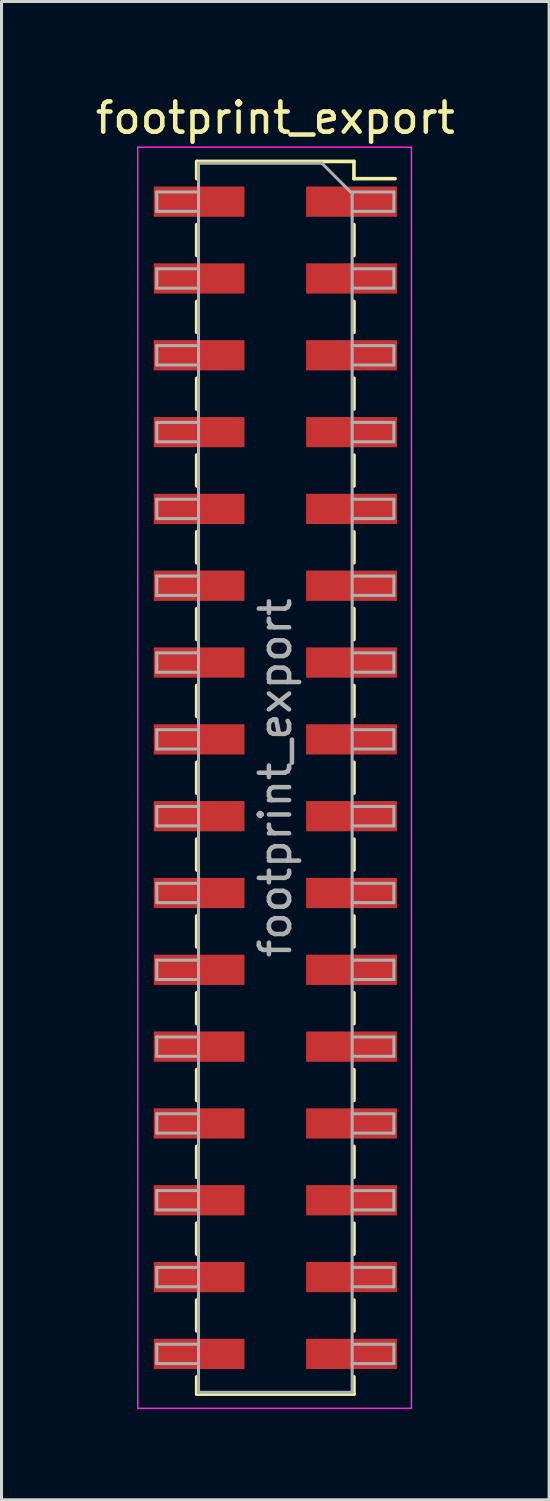
<source format=kicad_pcb>
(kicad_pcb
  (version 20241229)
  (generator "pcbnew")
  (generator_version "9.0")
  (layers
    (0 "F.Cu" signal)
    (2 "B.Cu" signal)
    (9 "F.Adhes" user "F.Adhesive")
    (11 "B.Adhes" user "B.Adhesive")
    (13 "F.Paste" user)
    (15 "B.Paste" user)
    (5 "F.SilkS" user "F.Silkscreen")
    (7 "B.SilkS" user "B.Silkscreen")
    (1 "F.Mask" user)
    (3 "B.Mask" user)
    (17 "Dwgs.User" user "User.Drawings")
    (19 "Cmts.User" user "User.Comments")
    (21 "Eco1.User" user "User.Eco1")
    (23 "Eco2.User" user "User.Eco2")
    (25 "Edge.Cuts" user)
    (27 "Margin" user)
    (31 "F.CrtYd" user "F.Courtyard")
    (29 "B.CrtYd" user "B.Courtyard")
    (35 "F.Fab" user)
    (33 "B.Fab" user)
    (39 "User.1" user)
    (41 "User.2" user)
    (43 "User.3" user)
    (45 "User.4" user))
  (footprint "footprint_export"
    (layer "F.Cu")
    (at 6.054 22.668)
    (property "Reference" "footprint_export" (at 0 -21.82 0) (layer "F.SilkS") (effects (font (size 1 1) (thickness 0.15))))
    (attr smd)
    (fp_line (start -2.6 -20.38) (end -2.6 -19.81) (stroke (width 0.12) (type solid)) (layer "F.SilkS"))
    (fp_line (start -2.6 -20.38) (end 2.6 -20.38) (stroke (width 0.12) (type solid)) (layer "F.SilkS"))
    (fp_line (start -2.6 -18.29) (end -2.6 -17.27) (stroke (width 0.12) (type solid)) (layer "F.SilkS"))
    (fp_line (start -2.6 -15.75) (end -2.6 -14.73) (stroke (width 0.12) (type solid)) (layer "F.SilkS"))
    (fp_line (start -2.6 -13.21) (end -2.6 -12.19) (stroke (width 0.12) (type solid)) (layer "F.SilkS"))
    (fp_line (start -2.6 -10.67) (end -2.6 -9.65) (stroke (width 0.12) (type solid)) (layer "F.SilkS"))
    (fp_line (start -2.6 -8.13) (end -2.6 -7.11) (stroke (width 0.12) (type solid)) (layer "F.SilkS"))
    (fp_line (start -2.6 -5.59) (end -2.6 -4.57) (stroke (width 0.12) (type solid)) (layer "F.SilkS"))
    (fp_line (start -2.6 -3.05) (end -2.6 -2.03) (stroke (width 0.12) (type solid)) (layer "F.SilkS"))
    (fp_line (start -2.6 -0.51) (end -2.6 0.51) (stroke (width 0.12) (type solid)) (layer "F.SilkS"))
    (fp_line (start -2.6 2.03) (end -2.6 3.05) (stroke (width 0.12) (type solid)) (layer "F.SilkS"))
    (fp_line (start -2.6 4.57) (end -2.6 5.59) (stroke (width 0.12) (type solid)) (layer "F.SilkS"))
    (fp_line (start -2.6 7.11) (end -2.6 8.13) (stroke (width 0.12) (type solid)) (layer "F.SilkS"))
    (fp_line (start -2.6 9.65) (end -2.6 10.67) (stroke (width 0.12) (type solid)) (layer "F.SilkS"))
    (fp_line (start -2.6 12.19) (end -2.6 13.21) (stroke (width 0.12) (type solid)) (layer "F.SilkS"))
    (fp_line (start -2.6 14.73) (end -2.6 15.75) (stroke (width 0.12) (type solid)) (layer "F.SilkS"))
    (fp_line (start -2.6 17.27) (end -2.6 18.29) (stroke (width 0.12) (type solid)) (layer "F.SilkS"))
    (fp_line (start -2.6 19.81) (end -2.6 20.38) (stroke (width 0.12) (type solid)) (layer "F.SilkS"))
    (fp_line (start -2.6 20.38) (end 2.6 20.38) (stroke (width 0.12) (type solid)) (layer "F.SilkS"))
    (fp_line (start 2.6 -20.38) (end 2.6 -19.81) (stroke (width 0.12) (type solid)) (layer "F.SilkS"))
    (fp_line (start 2.6 -19.81) (end 3.96 -19.81) (stroke (width 0.12) (type solid)) (layer "F.SilkS"))
    (fp_line (start 2.6 -18.29) (end 2.6 -17.27) (stroke (width 0.12) (type solid)) (layer "F.SilkS"))
    (fp_line (start 2.6 -15.75) (end 2.6 -14.73) (stroke (width 0.12) (type solid)) (layer "F.SilkS"))
    (fp_line (start 2.6 -13.21) (end 2.6 -12.19) (stroke (width 0.12) (type solid)) (layer "F.SilkS"))
    (fp_line (start 2.6 -10.67) (end 2.6 -9.65) (stroke (width 0.12) (type solid)) (layer "F.SilkS"))
    (fp_line (start 2.6 -8.13) (end 2.6 -7.11) (stroke (width 0.12) (type solid)) (layer "F.SilkS"))
    (fp_line (start 2.6 -5.59) (end 2.6 -4.57) (stroke (width 0.12) (type solid)) (layer "F.SilkS"))
    (fp_line (start 2.6 -3.05) (end 2.6 -2.03) (stroke (width 0.12) (type solid)) (layer "F.SilkS"))
    (fp_line (start 2.6 -0.51) (end 2.6 0.51) (stroke (width 0.12) (type solid)) (layer "F.SilkS"))
    (fp_line (start 2.6 2.03) (end 2.6 3.05) (stroke (width 0.12) (type solid)) (layer "F.SilkS"))
    (fp_line (start 2.6 4.57) (end 2.6 5.59) (stroke (width 0.12) (type solid)) (layer "F.SilkS"))
    (fp_line (start 2.6 7.11) (end 2.6 8.13) (stroke (width 0.12) (type solid)) (layer "F.SilkS"))
    (fp_line (start 2.6 9.65) (end 2.6 10.67) (stroke (width 0.12) (type solid)) (layer "F.SilkS"))
    (fp_line (start 2.6 12.19) (end 2.6 13.21) (stroke (width 0.12) (type solid)) (layer "F.SilkS"))
    (fp_line (start 2.6 14.73) (end 2.6 15.75) (stroke (width 0.12) (type solid)) (layer "F.SilkS"))
    (fp_line (start 2.6 17.27) (end 2.6 18.29) (stroke (width 0.12) (type solid)) (layer "F.SilkS"))
    (fp_line (start 2.6 19.81) (end 2.6 20.38) (stroke (width 0.12) (type solid)) (layer "F.SilkS"))
    (fp_line (start -4.55 -20.85) (end 4.5 -20.85) (stroke (width 0.05) (type solid)) (layer "F.CrtYd"))
    (fp_line (start -4.55 20.85) (end -4.55 -20.85) (stroke (width 0.05) (type solid)) (layer "F.CrtYd"))
    (fp_line (start 4.5 -20.85) (end 4.5 20.85) (stroke (width 0.05) (type solid)) (layer "F.CrtYd"))
    (fp_line (start 4.5 20.85) (end -4.55 20.85) (stroke (width 0.05) (type solid)) (layer "F.CrtYd"))
    (fp_line (start -3.92 -19.37) (end -2.54 -19.37) (stroke (width 0.1) (type solid)) (layer "F.Fab"))
    (fp_line (start -3.92 -18.73) (end -3.92 -19.37) (stroke (width 0.1) (type solid)) (layer "F.Fab"))
    (fp_line (start -3.92 -16.83) (end -2.54 -16.83) (stroke (width 0.1) (type solid)) (layer "F.Fab"))
    (fp_line (start -3.92 -16.19) (end -3.92 -16.83) (stroke (width 0.1) (type solid)) (layer "F.Fab"))
    (fp_line (start -3.92 -14.29) (end -2.54 -14.29) (stroke (width 0.1) (type solid)) (layer "F.Fab"))
    (fp_line (start -3.92 -13.65) (end -3.92 -14.29) (stroke (width 0.1) (type solid)) (layer "F.Fab"))
    (fp_line (start -3.92 -11.75) (end -2.54 -11.75) (stroke (width 0.1) (type solid)) (layer "F.Fab"))
    (fp_line (start -3.92 -11.11) (end -3.92 -11.75) (stroke (width 0.1) (type solid)) (layer "F.Fab"))
    (fp_line (start -3.92 -9.21) (end -2.54 -9.21) (stroke (width 0.1) (type solid)) (layer "F.Fab"))
    (fp_line (start -3.92 -8.57) (end -3.92 -9.21) (stroke (width 0.1) (type solid)) (layer "F.Fab"))
    (fp_line (start -3.92 -6.67) (end -2.54 -6.67) (stroke (width 0.1) (type solid)) (layer "F.Fab"))
    (fp_line (start -3.92 -6.03) (end -3.92 -6.67) (stroke (width 0.1) (type solid)) (layer "F.Fab"))
    (fp_line (start -3.92 -4.13) (end -2.54 -4.13) (stroke (width 0.1) (type solid)) (layer "F.Fab"))
    (fp_line (start -3.92 -3.49) (end -3.92 -4.13) (stroke (width 0.1) (type solid)) (layer "F.Fab"))
    (fp_line (start -3.92 -1.59) (end -2.54 -1.59) (stroke (width 0.1) (type solid)) (layer "F.Fab"))
    (fp_line (start -3.92 -0.95) (end -3.92 -1.59) (stroke (width 0.1) (type solid)) (layer "F.Fab"))
    (fp_line (start -3.92 0.95) (end -2.54 0.95) (stroke (width 0.1) (type solid)) (layer "F.Fab"))
    (fp_line (start -3.92 1.59) (end -3.92 0.95) (stroke (width 0.1) (type solid)) (layer "F.Fab"))
    (fp_line (start -3.92 3.49) (end -2.54 3.49) (stroke (width 0.1) (type solid)) (layer "F.Fab"))
    (fp_line (start -3.92 4.13) (end -3.92 3.49) (stroke (width 0.1) (type solid)) (layer "F.Fab"))
    (fp_line (start -3.92 6.03) (end -2.54 6.03) (stroke (width 0.1) (type solid)) (layer "F.Fab"))
    (fp_line (start -3.92 6.67) (end -3.92 6.03) (stroke (width 0.1) (type solid)) (layer "F.Fab"))
    (fp_line (start -3.92 8.57) (end -2.54 8.57) (stroke (width 0.1) (type solid)) (layer "F.Fab"))
    (fp_line (start -3.92 9.21) (end -3.92 8.57) (stroke (width 0.1) (type solid)) (layer "F.Fab"))
    (fp_line (start -3.92 11.11) (end -2.54 11.11) (stroke (width 0.1) (type solid)) (layer "F.Fab"))
    (fp_line (start -3.92 11.75) (end -3.92 11.11) (stroke (width 0.1) (type solid)) (layer "F.Fab"))
    (fp_line (start -3.92 13.65) (end -2.54 13.65) (stroke (width 0.1) (type solid)) (layer "F.Fab"))
    (fp_line (start -3.92 14.29) (end -3.92 13.65) (stroke (width 0.1) (type solid)) (layer "F.Fab"))
    (fp_line (start -3.92 16.19) (end -2.54 16.19) (stroke (width 0.1) (type solid)) (layer "F.Fab"))
    (fp_line (start -3.92 16.83) (end -3.92 16.19) (stroke (width 0.1) (type solid)) (layer "F.Fab"))
    (fp_line (start -3.92 18.73) (end -2.54 18.73) (stroke (width 0.1) (type solid)) (layer "F.Fab"))
    (fp_line (start -3.92 19.37) (end -3.92 18.73) (stroke (width 0.1) (type solid)) (layer "F.Fab"))
    (fp_line (start -2.54 -20.32) (end 1.54 -20.32) (stroke (width 0.1) (type solid)) (layer "F.Fab"))
    (fp_line (start -2.54 -18.73) (end -3.92 -18.73) (stroke (width 0.1) (type solid)) (layer "F.Fab"))
    (fp_line (start -2.54 -16.19) (end -3.92 -16.19) (stroke (width 0.1) (type solid)) (layer "F.Fab"))
    (fp_line (start -2.54 -13.65) (end -3.92 -13.65) (stroke (width 0.1) (type solid)) (layer "F.Fab"))
    (fp_line (start -2.54 -11.11) (end -3.92 -11.11) (stroke (width 0.1) (type solid)) (layer "F.Fab"))
    (fp_line (start -2.54 -8.57) (end -3.92 -8.57) (stroke (width 0.1) (type solid)) (layer "F.Fab"))
    (fp_line (start -2.54 -6.03) (end -3.92 -6.03) (stroke (width 0.1) (type solid)) (layer "F.Fab"))
    (fp_line (start -2.54 -3.49) (end -3.92 -3.49) (stroke (width 0.1) (type solid)) (layer "F.Fab"))
    (fp_line (start -2.54 -0.95) (end -3.92 -0.95) (stroke (width 0.1) (type solid)) (layer "F.Fab"))
    (fp_line (start -2.54 1.59) (end -3.92 1.59) (stroke (width 0.1) (type solid)) (layer "F.Fab"))
    (fp_line (start -2.54 4.13) (end -3.92 4.13) (stroke (width 0.1) (type solid)) (layer "F.Fab"))
    (fp_line (start -2.54 6.67) (end -3.92 6.67) (stroke (width 0.1) (type solid)) (layer "F.Fab"))
    (fp_line (start -2.54 9.21) (end -3.92 9.21) (stroke (width 0.1) (type solid)) (layer "F.Fab"))
    (fp_line (start -2.54 11.75) (end -3.92 11.75) (stroke (width 0.1) (type solid)) (layer "F.Fab"))
    (fp_line (start -2.54 14.29) (end -3.92 14.29) (stroke (width 0.1) (type solid)) (layer "F.Fab"))
    (fp_line (start -2.54 16.83) (end -3.92 16.83) (stroke (width 0.1) (type solid)) (layer "F.Fab"))
    (fp_line (start -2.54 19.37) (end -3.92 19.37) (stroke (width 0.1) (type solid)) (layer "F.Fab"))
    (fp_line (start -2.54 20.32) (end -2.54 -20.32) (stroke (width 0.1) (type solid)) (layer "F.Fab"))
    (fp_line (start 1.54 -20.32) (end 2.54 -19.32) (stroke (width 0.1) (type solid)) (layer "F.Fab"))
    (fp_line (start 2.54 -19.37) (end 3.92 -19.37) (stroke (width 0.1) (type solid)) (layer "F.Fab"))
    (fp_line (start 2.54 -19.32) (end 2.54 20.32) (stroke (width 0.1) (type solid)) (layer "F.Fab"))
    (fp_line (start 2.54 -16.83) (end 3.92 -16.83) (stroke (width 0.1) (type solid)) (layer "F.Fab"))
    (fp_line (start 2.54 -14.29) (end 3.92 -14.29) (stroke (width 0.1) (type solid)) (layer "F.Fab"))
    (fp_line (start 2.54 -11.75) (end 3.92 -11.75) (stroke (width 0.1) (type solid)) (layer "F.Fab"))
    (fp_line (start 2.54 -9.21) (end 3.92 -9.21) (stroke (width 0.1) (type solid)) (layer "F.Fab"))
    (fp_line (start 2.54 -6.67) (end 3.92 -6.67) (stroke (width 0.1) (type solid)) (layer "F.Fab"))
    (fp_line (start 2.54 -4.13) (end 3.92 -4.13) (stroke (width 0.1) (type solid)) (layer "F.Fab"))
    (fp_line (start 2.54 -1.59) (end 3.92 -1.59) (stroke (width 0.1) (type solid)) (layer "F.Fab"))
    (fp_line (start 2.54 0.95) (end 3.92 0.95) (stroke (width 0.1) (type solid)) (layer "F.Fab"))
    (fp_line (start 2.54 3.49) (end 3.92 3.49) (stroke (width 0.1) (type solid)) (layer "F.Fab"))
    (fp_line (start 2.54 6.03) (end 3.92 6.03) (stroke (width 0.1) (type solid)) (layer "F.Fab"))
    (fp_line (start 2.54 8.57) (end 3.92 8.57) (stroke (width 0.1) (type solid)) (layer "F.Fab"))
    (fp_line (start 2.54 11.11) (end 3.92 11.11) (stroke (width 0.1) (type solid)) (layer "F.Fab"))
    (fp_line (start 2.54 13.65) (end 3.92 13.65) (stroke (width 0.1) (type solid)) (layer "F.Fab"))
    (fp_line (start 2.54 16.19) (end 3.92 16.19) (stroke (width 0.1) (type solid)) (layer "F.Fab"))
    (fp_line (start 2.54 18.73) (end 3.92 18.73) (stroke (width 0.1) (type solid)) (layer "F.Fab"))
    (fp_line (start 2.54 20.32) (end -2.54 20.32) (stroke (width 0.1) (type solid)) (layer "F.Fab"))
    (fp_line (start 3.92 -19.37) (end 3.92 -18.73) (stroke (width 0.1) (type solid)) (layer "F.Fab"))
    (fp_line (start 3.92 -18.73) (end 2.54 -18.73) (stroke (width 0.1) (type solid)) (layer "F.Fab"))
    (fp_line (start 3.92 -16.83) (end 3.92 -16.19) (stroke (width 0.1) (type solid)) (layer "F.Fab"))
    (fp_line (start 3.92 -16.19) (end 2.54 -16.19) (stroke (width 0.1) (type solid)) (layer "F.Fab"))
    (fp_line (start 3.92 -14.29) (end 3.92 -13.65) (stroke (width 0.1) (type solid)) (layer "F.Fab"))
    (fp_line (start 3.92 -13.65) (end 2.54 -13.65) (stroke (width 0.1) (type solid)) (layer "F.Fab"))
    (fp_line (start 3.92 -11.75) (end 3.92 -11.11) (stroke (width 0.1) (type solid)) (layer "F.Fab"))
    (fp_line (start 3.92 -11.11) (end 2.54 -11.11) (stroke (width 0.1) (type solid)) (layer "F.Fab"))
    (fp_line (start 3.92 -9.21) (end 3.92 -8.57) (stroke (width 0.1) (type solid)) (layer "F.Fab"))
    (fp_line (start 3.92 -8.57) (end 2.54 -8.57) (stroke (width 0.1) (type solid)) (layer "F.Fab"))
    (fp_line (start 3.92 -6.67) (end 3.92 -6.03) (stroke (width 0.1) (type solid)) (layer "F.Fab"))
    (fp_line (start 3.92 -6.03) (end 2.54 -6.03) (stroke (width 0.1) (type solid)) (layer "F.Fab"))
    (fp_line (start 3.92 -4.13) (end 3.92 -3.49) (stroke (width 0.1) (type solid)) (layer "F.Fab"))
    (fp_line (start 3.92 -3.49) (end 2.54 -3.49) (stroke (width 0.1) (type solid)) (layer "F.Fab"))
    (fp_line (start 3.92 -1.59) (end 3.92 -0.95) (stroke (width 0.1) (type solid)) (layer "F.Fab"))
    (fp_line (start 3.92 -0.95) (end 2.54 -0.95) (stroke (width 0.1) (type solid)) (layer "F.Fab"))
    (fp_line (start 3.92 0.95) (end 3.92 1.59) (stroke (width 0.1) (type solid)) (layer "F.Fab"))
    (fp_line (start 3.92 1.59) (end 2.54 1.59) (stroke (width 0.1) (type solid)) (layer "F.Fab"))
    (fp_line (start 3.92 3.49) (end 3.92 4.13) (stroke (width 0.1) (type solid)) (layer "F.Fab"))
    (fp_line (start 3.92 4.13) (end 2.54 4.13) (stroke (width 0.1) (type solid)) (layer "F.Fab"))
    (fp_line (start 3.92 6.03) (end 3.92 6.67) (stroke (width 0.1) (type solid)) (layer "F.Fab"))
    (fp_line (start 3.92 6.67) (end 2.54 6.67) (stroke (width 0.1) (type solid)) (layer "F.Fab"))
    (fp_line (start 3.92 8.57) (end 3.92 9.21) (stroke (width 0.1) (type solid)) (layer "F.Fab"))
    (fp_line (start 3.92 9.21) (end 2.54 9.21) (stroke (width 0.1) (type solid)) (layer "F.Fab"))
    (fp_line (start 3.92 11.11) (end 3.92 11.75) (stroke (width 0.1) (type solid)) (layer "F.Fab"))
    (fp_line (start 3.92 11.75) (end 2.54 11.75) (stroke (width 0.1) (type solid)) (layer "F.Fab"))
    (fp_line (start 3.92 13.65) (end 3.92 14.29) (stroke (width 0.1) (type solid)) (layer "F.Fab"))
    (fp_line (start 3.92 14.29) (end 2.54 14.29) (stroke (width 0.1) (type solid)) (layer "F.Fab"))
    (fp_line (start 3.92 16.19) (end 3.92 16.83) (stroke (width 0.1) (type solid)) (layer "F.Fab"))
    (fp_line (start 3.92 16.83) (end 2.54 16.83) (stroke (width 0.1) (type solid)) (layer "F.Fab"))
    (fp_line (start 3.92 18.73) (end 3.92 19.37) (stroke (width 0.1) (type solid)) (layer "F.Fab"))
    (fp_line (start 3.92 19.37) (end 2.54 19.37) (stroke (width 0.1) (type solid)) (layer "F.Fab"))
    (fp_text user "${REFERENCE}" (at 0 0 90) (layer "F.Fab") (effects (font (size 1 1) (thickness 0.15))))
    (pad "1" smd rect (at 2.52 -19.05) (size 3 1) (layers "F.Cu" "F.Mask" "F.Paste"))
    (pad "2" smd rect (at -2.52 -19.05) (size 3 1) (layers "F.Cu" "F.Mask" "F.Paste"))
    (pad "3" smd rect (at 2.52 -16.51) (size 3 1) (layers "F.Cu" "F.Mask" "F.Paste"))
    (pad "4" smd rect (at -2.52 -16.51) (size 3 1) (layers "F.Cu" "F.Mask" "F.Paste"))
    (pad "5" smd rect (at 2.52 -13.97) (size 3 1) (layers "F.Cu" "F.Mask" "F.Paste"))
    (pad "6" smd rect (at -2.52 -13.97) (size 3 1) (layers "F.Cu" "F.Mask" "F.Paste"))
    (pad "7" smd rect (at 2.52 -11.43) (size 3 1) (layers "F.Cu" "F.Mask" "F.Paste"))
    (pad "8" smd rect (at -2.52 -11.43) (size 3 1) (layers "F.Cu" "F.Mask" "F.Paste"))
    (pad "9" smd rect (at 2.52 -8.89) (size 3 1) (layers "F.Cu" "F.Mask" "F.Paste"))
    (pad "10" smd rect (at -2.52 -8.89) (size 3 1) (layers "F.Cu" "F.Mask" "F.Paste"))
    (pad "11" smd rect (at 2.52 -6.35) (size 3 1) (layers "F.Cu" "F.Mask" "F.Paste"))
    (pad "12" smd rect (at -2.52 -6.35) (size 3 1) (layers "F.Cu" "F.Mask" "F.Paste"))
    (pad "13" smd rect (at 2.52 -3.81) (size 3 1) (layers "F.Cu" "F.Mask" "F.Paste"))
    (pad "14" smd rect (at -2.52 -3.81) (size 3 1) (layers "F.Cu" "F.Mask" "F.Paste"))
    (pad "15" smd rect (at 2.52 -1.27) (size 3 1) (layers "F.Cu" "F.Mask" "F.Paste"))
    (pad "16" smd rect (at -2.52 -1.27) (size 3 1) (layers "F.Cu" "F.Mask" "F.Paste"))
    (pad "17" smd rect (at 2.52 1.27) (size 3 1) (layers "F.Cu" "F.Mask" "F.Paste"))
    (pad "18" smd rect (at -2.52 1.27) (size 3 1) (layers "F.Cu" "F.Mask" "F.Paste"))
    (pad "19" smd rect (at 2.52 3.81) (size 3 1) (layers "F.Cu" "F.Mask" "F.Paste"))
    (pad "20" smd rect (at -2.52 3.81) (size 3 1) (layers "F.Cu" "F.Mask" "F.Paste"))
    (pad "21" smd rect (at 2.52 6.35) (size 3 1) (layers "F.Cu" "F.Mask" "F.Paste"))
    (pad "22" smd rect (at -2.52 6.35) (size 3 1) (layers "F.Cu" "F.Mask" "F.Paste"))
    (pad "23" smd rect (at 2.52 8.89) (size 3 1) (layers "F.Cu" "F.Mask" "F.Paste"))
    (pad "24" smd rect (at -2.52 8.89) (size 3 1) (layers "F.Cu" "F.Mask" "F.Paste"))
    (pad "25" smd rect (at 2.52 11.43) (size 3 1) (layers "F.Cu" "F.Mask" "F.Paste"))
    (pad "26" smd rect (at -2.52 11.43) (size 3 1) (layers "F.Cu" "F.Mask" "F.Paste"))
    (pad "27" smd rect (at 2.52 13.97) (size 3 1) (layers "F.Cu" "F.Mask" "F.Paste"))
    (pad "28" smd rect (at -2.52 13.97) (size 3 1) (layers "F.Cu" "F.Mask" "F.Paste"))
    (pad "29" smd rect (at 2.52 16.51) (size 3 1) (layers "F.Cu" "F.Mask" "F.Paste"))
    (pad "30" smd rect (at -2.52 16.51) (size 3 1) (layers "F.Cu" "F.Mask" "F.Paste"))
    (pad "31" smd rect (at 2.52 19.05) (size 3 1) (layers "F.Cu" "F.Mask" "F.Paste"))
    (pad "32" smd rect (at -2.52 19.05) (size 3 1) (layers "F.Cu" "F.Mask" "F.Paste")))
  (gr_rect
    (start -3 -3)
    (end 15.107 46.543)
    (stroke (width 0.1) (type default))
    (fill no)
    (layer "Edge.Cuts")))
</source>
